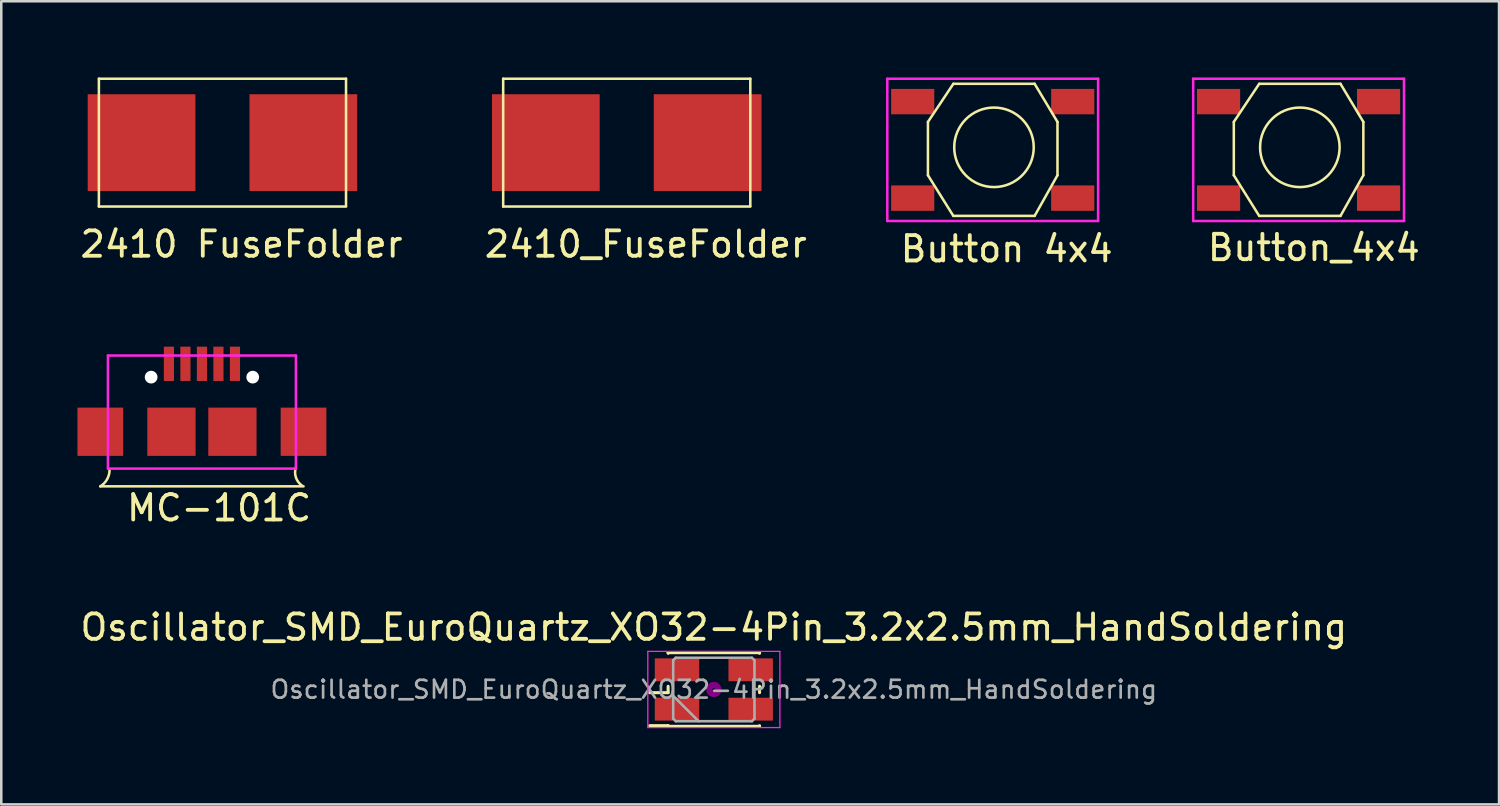
<source format=kicad_pcb>
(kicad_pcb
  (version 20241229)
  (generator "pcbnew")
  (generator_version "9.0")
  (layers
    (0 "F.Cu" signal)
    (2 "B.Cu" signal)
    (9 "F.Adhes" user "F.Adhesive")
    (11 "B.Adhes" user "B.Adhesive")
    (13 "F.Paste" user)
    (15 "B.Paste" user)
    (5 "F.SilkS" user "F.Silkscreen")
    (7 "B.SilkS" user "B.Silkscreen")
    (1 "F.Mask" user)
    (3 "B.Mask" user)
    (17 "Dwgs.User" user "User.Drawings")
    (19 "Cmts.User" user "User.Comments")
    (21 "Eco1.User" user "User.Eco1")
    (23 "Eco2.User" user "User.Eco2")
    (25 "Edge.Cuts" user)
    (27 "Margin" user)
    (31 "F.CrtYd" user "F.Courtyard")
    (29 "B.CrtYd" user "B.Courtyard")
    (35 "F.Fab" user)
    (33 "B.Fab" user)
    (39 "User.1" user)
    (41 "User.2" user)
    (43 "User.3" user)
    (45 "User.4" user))
  (footprint "MC-101C"
    (layer "F.Cu")
    (at 4.9 13.448)
    (property "Reference" "MC-101C" (at 0.675 3.5 0) (layer "F.SilkS") (effects (font (size 1 1) (thickness 0.15))))
    (attr through_hole)
    (fp_line (start -4 2.65) (end 4 2.65) (stroke (width 0.1) (type solid)) (layer "F.SilkS"))
    (fp_arc (start -3.636784 2) (mid -3.733748 2.372299) (end -4.000001 2.649999) (stroke (width 0.1) (type solid)) (layer "F.SilkS"))
    (fp_arc (start 3.949178 2.626234) (mid 3.701779 2.305255) (end 3.700001 1.900001) (stroke (width 0.1) (type solid)) (layer "F.SilkS"))
    (fp_line (start -3.7 -2.5) (end -3.7 1.95) (stroke (width 0.1) (type solid)) (layer "F.CrtYd"))
    (fp_line (start -3.7 1.95) (end 3.7 1.95) (stroke (width 0.1) (type solid)) (layer "F.CrtYd"))
    (fp_line (start 3.7 -2.5) (end -3.7 -2.5) (stroke (width 0.1) (type solid)) (layer "F.CrtYd"))
    (fp_line (start 3.7 1.95) (end 3.7 -2.5) (stroke (width 0.1) (type solid)) (layer "F.CrtYd"))
    (pad "" np_thru_hole circle (at -2 -1.65) (size 0.5 0.5) (drill 0.5) (layers "*.Cu" "*.Mask"))
    (pad "" np_thru_hole circle (at 2 -1.65) (size 0.5 0.5) (drill 0.5) (layers "*.Cu" "*.Mask"))
    (pad "1" smd rect (at -1.3 -2.175) (size 0.4 1.35) (layers "F.Cu" "F.Mask" "F.Paste"))
    (pad "2" smd rect (at -0.65 -2.175) (size 0.4 1.35) (layers "F.Cu" "F.Mask" "F.Paste"))
    (pad "3" smd rect (at 0 -2.175) (size 0.4 1.35) (layers "F.Cu" "F.Mask" "F.Paste"))
    (pad "4" smd rect (at 0.65 -2.175) (size 0.4 1.35) (layers "F.Cu" "F.Mask" "F.Paste"))
    (pad "5" smd rect (at 1.3 -2.175) (size 0.4 1.35) (layers "F.Cu" "F.Mask" "F.Paste"))
    (pad "6" smd rect (at -4 0.5) (size 1.8 1.9) (layers "F.Cu" "F.Mask" "F.Paste"))
    (pad "6" smd rect (at -1.2 0.5) (size 1.9 1.9) (layers "F.Cu" "F.Mask" "F.Paste"))
    (pad "6" smd rect (at 1.2 0.5) (size 1.9 1.9) (layers "F.Cu" "F.Mask" "F.Paste"))
    (pad "6" smd rect (at 4 0.5) (size 1.8 1.9) (layers "F.Cu" "F.Mask" "F.Paste")))
  (footprint "Oscillator_SMD_EuroQuartz_XO32-4Pin_3.2x2.5mm_HandSoldering"
    (layer "F.Cu")
    (at 25.054 24.095)
    (property "Reference" "Oscillator_SMD_EuroQuartz_XO32-4Pin_3.2x2.5mm_HandSoldering" (at 0 -2.45 0) (layer "F.SilkS") (effects (font (size 1 1) (thickness 0.15))))
    (attr smd)
    (fp_line (start -2.525 0.125) (end -1.8 0.125) (stroke (width 0.12) (type solid)) (layer "F.SilkS"))
    (fp_line (start -2.525 1.425) (end -1.8 1.425) (stroke (width 0.12) (type solid)) (layer "F.SilkS"))
    (fp_line (start -1.8 -1.45) (end 1.8 -1.45) (stroke (width 0.12) (type solid)) (layer "F.SilkS"))
    (fp_line (start -1.8 -1.425) (end -1.8 -1.45) (stroke (width 0.12) (type solid)) (layer "F.SilkS"))
    (fp_line (start -1.8 0.125) (end -1.8 -0.125) (stroke (width 0.12) (type solid)) (layer "F.SilkS"))
    (fp_line (start -1.8 1.425) (end -1.8 1.45) (stroke (width 0.12) (type solid)) (layer "F.SilkS"))
    (fp_line (start -1.8 1.45) (end 1.8 1.45) (stroke (width 0.12) (type solid)) (layer "F.SilkS"))
    (fp_line (start 1.8 -1.45) (end 1.8 -1.425) (stroke (width 0.12) (type solid)) (layer "F.SilkS"))
    (fp_line (start 1.8 -0.125) (end 1.8 0.125) (stroke (width 0.12) (type solid)) (layer "F.SilkS"))
    (fp_line (start 1.8 1.45) (end 1.8 1.425) (stroke (width 0.12) (type solid)) (layer "F.SilkS"))
    (fp_circle (center 0 0) (end 0.058 0) (stroke (width 0.117) (type solid)) (fill no) (layer "F.Adhes"))
    (fp_circle (center 0 0) (end 0.133 0) (stroke (width 0.083) (type solid)) (fill no) (layer "F.Adhes"))
    (fp_circle (center 0 0) (end 0.208 0) (stroke (width 0.083) (type solid)) (fill no) (layer "F.Adhes"))
    (fp_circle (center 0 0) (end 0.25 0) (stroke (width 0.1) (type solid)) (fill no) (layer "F.Adhes"))
    (fp_line (start -2.6 -1.5) (end -2.6 1.5) (stroke (width 0.05) (type solid)) (layer "F.CrtYd"))
    (fp_line (start -2.6 1.5) (end 2.6 1.5) (stroke (width 0.05) (type solid)) (layer "F.CrtYd"))
    (fp_line (start 2.6 -1.5) (end -2.6 -1.5) (stroke (width 0.05) (type solid)) (layer "F.CrtYd"))
    (fp_line (start 2.6 1.5) (end 2.6 -1.5) (stroke (width 0.05) (type solid)) (layer "F.CrtYd"))
    (fp_line (start -1.6 -1.15) (end -1.5 -1.25) (stroke (width 0.1) (type solid)) (layer "F.Fab"))
    (fp_line (start -1.6 0.25) (end -0.6 1.25) (stroke (width 0.1) (type solid)) (layer "F.Fab"))
    (fp_line (start -1.6 1.15) (end -1.6 -1.15) (stroke (width 0.1) (type solid)) (layer "F.Fab"))
    (fp_line (start -1.5 -1.25) (end 1.5 -1.25) (stroke (width 0.1) (type solid)) (layer "F.Fab"))
    (fp_line (start -1.5 1.25) (end -1.6 1.15) (stroke (width 0.1) (type solid)) (layer "F.Fab"))
    (fp_line (start 1.5 -1.25) (end 1.6 -1.15) (stroke (width 0.1) (type solid)) (layer "F.Fab"))
    (fp_line (start 1.5 1.25) (end -1.5 1.25) (stroke (width 0.1) (type solid)) (layer "F.Fab"))
    (fp_line (start 1.6 -1.15) (end 1.6 1.15) (stroke (width 0.1) (type solid)) (layer "F.Fab"))
    (fp_line (start 1.6 1.15) (end 1.5 1.25) (stroke (width 0.1) (type solid)) (layer "F.Fab"))
    (fp_text user "${REFERENCE}" (at 0 0 0) (layer "F.Fab") (effects (font (size 0.7 0.7) (thickness 0.105))))
    (pad "1" smd rect (at -1.45 0.775) (size 1.75 0.9) (layers "F.Cu" "F.Mask" "F.Paste"))
    (pad "2" smd rect (at 1.45 0.775) (size 1.75 0.9) (layers "F.Cu" "F.Mask" "F.Paste"))
    (pad "3" smd rect (at 1.45 -0.775) (size 1.75 0.9) (layers "F.Cu" "F.Mask" "F.Paste"))
    (pad "4" smd rect (at -1.45 -0.775) (size 1.75 0.9) (layers "F.Cu" "F.Mask" "F.Paste")))
  (footprint "Button_4x4"
    (layer "F.Cu")
    (at 48.125 2.8)
    (property "Reference" "Button_4x4" (at 0.55 3.9 0) (layer "F.SilkS") (effects (font (size 1 1) (thickness 0.15))))
    (attr through_hole)
    (fp_line (start -2.6 -1.05) (end -1.6 -2.55) (stroke (width 0.1) (type solid)) (layer "F.SilkS"))
    (fp_line (start -2.6 1.05) (end -2.6 -1.05) (stroke (width 0.1) (type solid)) (layer "F.SilkS"))
    (fp_line (start -1.6 -2.55) (end 1.6 -2.55) (stroke (width 0.1) (type solid)) (layer "F.SilkS"))
    (fp_line (start -1.6 2.65) (end -2.6 1.05) (stroke (width 0.1) (type solid)) (layer "F.SilkS"))
    (fp_line (start 1.6 -2.55) (end 2.5 -1.05) (stroke (width 0.1) (type solid)) (layer "F.SilkS"))
    (fp_line (start 1.6 2.65) (end -1.6 2.65) (stroke (width 0.1) (type solid)) (layer "F.SilkS"))
    (fp_line (start 2.5 -1.05) (end 2.5 1.05) (stroke (width 0.1) (type solid)) (layer "F.SilkS"))
    (fp_line (start 2.5 1.05) (end 1.6 2.65) (stroke (width 0.1) (type solid)) (layer "F.SilkS"))
    (fp_circle (center 0 -0.05) (end 1.4 0.65) (stroke (width 0.1) (type solid)) (fill no) (layer "F.SilkS"))
    (fp_line (start -4.2 -2.75) (end 4.1 -2.75) (stroke (width 0.1) (type solid)) (layer "F.CrtYd"))
    (fp_line (start -4.2 2.85) (end -4.2 -2.75) (stroke (width 0.1) (type solid)) (layer "F.CrtYd"))
    (fp_line (start 4.1 -2.75) (end 4.1 2.85) (stroke (width 0.1) (type solid)) (layer "F.CrtYd"))
    (fp_line (start 4.1 2.85) (end -4.2 2.85) (stroke (width 0.1) (type solid)) (layer "F.CrtYd"))
    (pad "1" smd rect (at -3.2 -1.85) (size 1.7 1) (layers "F.Cu" "F.Mask" "F.Paste"))
    (pad "1" smd rect (at 3.1 -1.85) (size 1.7 1) (layers "F.Cu" "F.Mask" "F.Paste"))
    (pad "2" smd rect (at -3.2 1.95) (size 1.7 1) (layers "F.Cu" "F.Mask" "F.Paste"))
    (pad "2" smd rect (at 3.1 1.95) (size 1.7 1) (layers "F.Cu" "F.Mask" "F.Paste")))
  (footprint "Button 4x4"
    (layer "F.Cu")
    (at 32.883 0.95)
    (property "Reference" "Button 4x4" (at 3.7 5.8 0) (layer "F.SilkS") (effects (font (size 1 1) (thickness 0.15))))
    (attr through_hole)
    (fp_line (start 0.6 0.8) (end 1.6 -0.7) (stroke (width 0.1) (type solid)) (layer "F.SilkS"))
    (fp_line (start 0.6 2.9) (end 0.6 0.8) (stroke (width 0.1) (type solid)) (layer "F.SilkS"))
    (fp_line (start 1.6 -0.7) (end 4.8 -0.7) (stroke (width 0.1) (type solid)) (layer "F.SilkS"))
    (fp_line (start 1.6 4.5) (end 0.6 2.9) (stroke (width 0.1) (type solid)) (layer "F.SilkS"))
    (fp_line (start 4.8 -0.7) (end 5.7 0.8) (stroke (width 0.1) (type solid)) (layer "F.SilkS"))
    (fp_line (start 4.8 4.5) (end 1.6 4.5) (stroke (width 0.1) (type solid)) (layer "F.SilkS"))
    (fp_line (start 5.7 0.8) (end 5.7 2.9) (stroke (width 0.1) (type solid)) (layer "F.SilkS"))
    (fp_line (start 5.7 2.9) (end 4.8 4.5) (stroke (width 0.1) (type solid)) (layer "F.SilkS"))
    (fp_circle (center 3.2 1.8) (end 4.6 2.5) (stroke (width 0.1) (type solid)) (fill no) (layer "F.SilkS"))
    (fp_line (start -1 -0.9) (end 7.3 -0.9) (stroke (width 0.1) (type solid)) (layer "F.CrtYd"))
    (fp_line (start -1 4.7) (end -1 -0.9) (stroke (width 0.1) (type solid)) (layer "F.CrtYd"))
    (fp_line (start 7.3 -0.9) (end 7.3 4.7) (stroke (width 0.1) (type solid)) (layer "F.CrtYd"))
    (fp_line (start 7.3 4.7) (end -1 4.7) (stroke (width 0.1) (type solid)) (layer "F.CrtYd"))
    (pad "1" smd rect (at 0 0) (size 1.7 1) (layers "F.Cu" "F.Mask" "F.Paste"))
    (pad "1" smd rect (at 6.3 0) (size 1.7 1) (layers "F.Cu" "F.Mask" "F.Paste"))
    (pad "2" smd rect (at 0 3.8) (size 1.7 1) (layers "F.Cu" "F.Mask" "F.Paste"))
    (pad "2" smd rect (at 6.3 3.8) (size 1.7 1) (layers "F.Cu" "F.Mask" "F.Paste")))
  (footprint "2410_FuseFolder"
    (layer "F.Cu")
    (at 21.625 2.565)
    (property "Reference" "2410_FuseFolder" (at 0.75 4 0) (layer "F.SilkS") (effects (font (size 1 1) (thickness 0.15))))
    (attr through_hole)
    (fp_line (start -4.865 -2.515) (end -4.865 2.515) (stroke (width 0.1) (type solid)) (layer "F.SilkS"))
    (fp_line (start -4.865 -2.515) (end 4.865 -2.515) (stroke (width 0.1) (type solid)) (layer "F.SilkS"))
    (fp_line (start -4.865 2.515) (end 4.865 2.515) (stroke (width 0.1) (type solid)) (layer "F.SilkS"))
    (fp_line (start 4.865 -2.515) (end 4.865 2.5) (stroke (width 0.1) (type solid)) (layer "F.SilkS"))
    (pad "1" smd rect (at -3.185 0) (size 4.24 3.81) (layers "F.Cu" "F.Mask" "F.Paste"))
    (pad "2" smd rect (at 3.185 0) (size 4.24 3.81) (layers "F.Cu" "F.Mask" "F.Paste")))
  (footprint "2410 FuseFolder"
    (layer "F.Cu")
    (at 5.708 2.565)
    (property "Reference" "2410 FuseFolder" (at 0.75 4 0) (layer "F.SilkS") (effects (font (size 1 1) (thickness 0.15))))
    (attr through_hole)
    (fp_line (start -4.865 -2.515) (end -4.865 2.515) (stroke (width 0.1) (type solid)) (layer "F.SilkS"))
    (fp_line (start -4.865 -2.515) (end 4.865 -2.515) (stroke (width 0.1) (type solid)) (layer "F.SilkS"))
    (fp_line (start -4.865 2.515) (end 4.865 2.515) (stroke (width 0.1) (type solid)) (layer "F.SilkS"))
    (fp_line (start 4.865 -2.515) (end 4.865 2.5) (stroke (width 0.1) (type solid)) (layer "F.SilkS"))
    (pad "1" smd rect (at -3.185 0) (size 4.24 3.81) (layers "F.Cu" "F.Mask" "F.Paste"))
    (pad "2" smd rect (at 3.185 0) (size 4.24 3.81) (layers "F.Cu" "F.Mask" "F.Paste")))
  (gr_rect
    (start -3 -3)
    (end 55.967 28.62)
    (stroke (width 0.1) (type default))
    (fill no)
    (layer "Edge.Cuts")))
</source>
